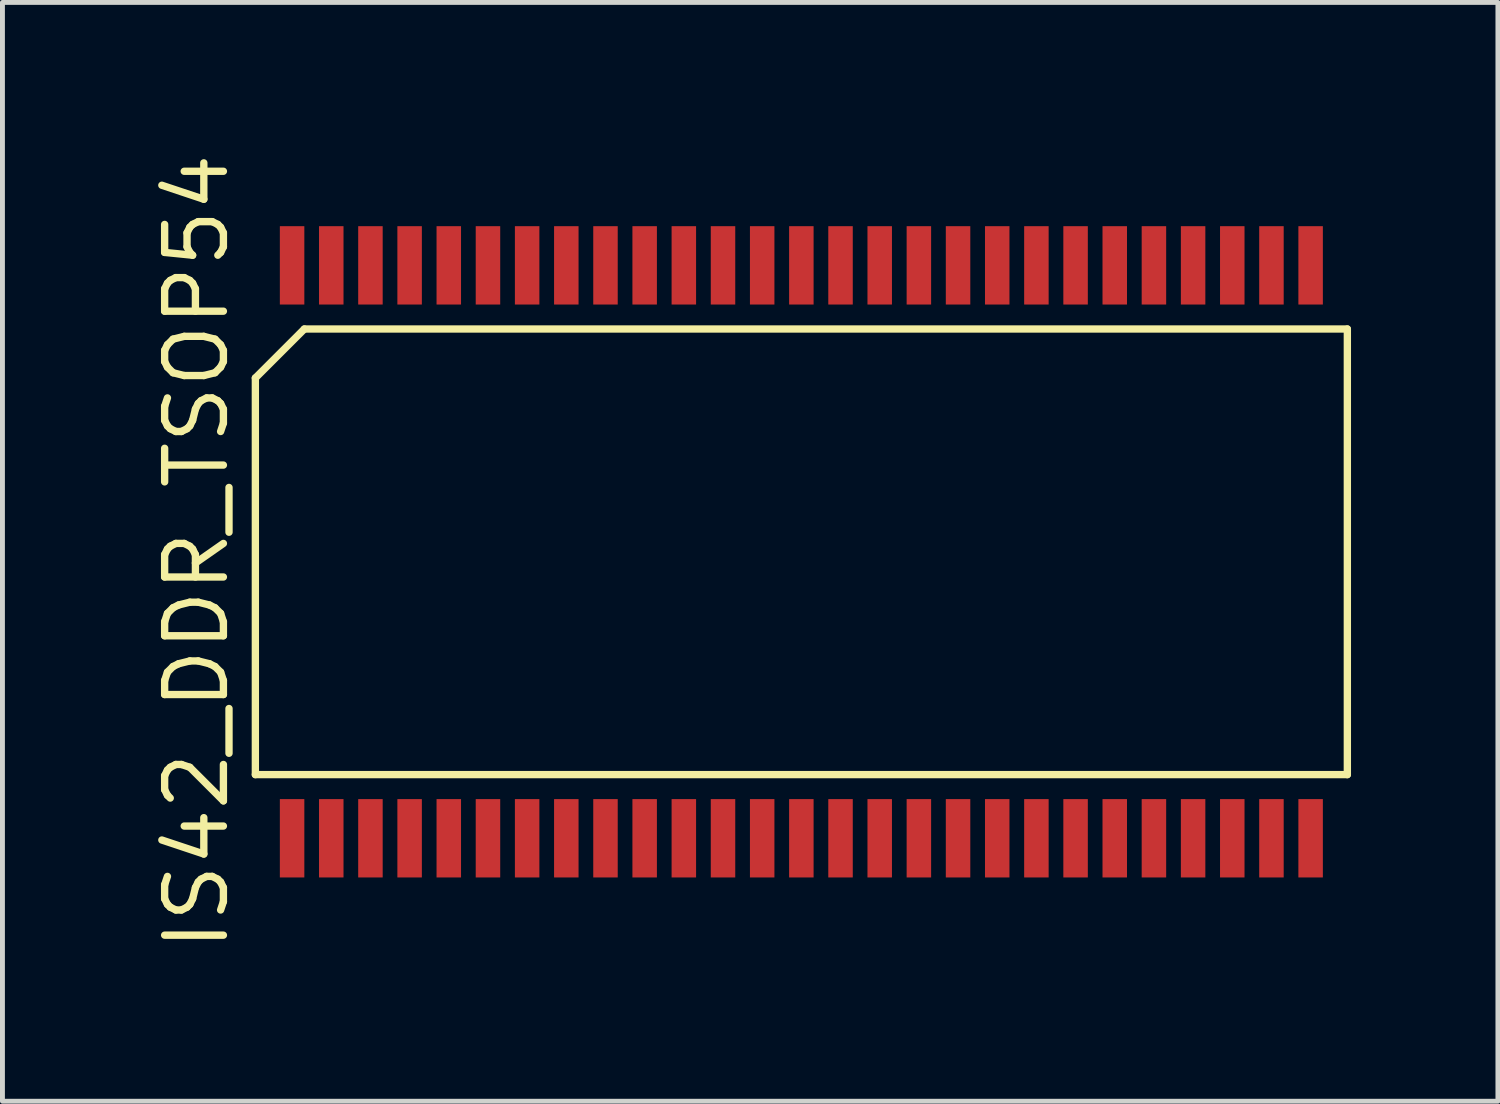
<source format=kicad_pcb>
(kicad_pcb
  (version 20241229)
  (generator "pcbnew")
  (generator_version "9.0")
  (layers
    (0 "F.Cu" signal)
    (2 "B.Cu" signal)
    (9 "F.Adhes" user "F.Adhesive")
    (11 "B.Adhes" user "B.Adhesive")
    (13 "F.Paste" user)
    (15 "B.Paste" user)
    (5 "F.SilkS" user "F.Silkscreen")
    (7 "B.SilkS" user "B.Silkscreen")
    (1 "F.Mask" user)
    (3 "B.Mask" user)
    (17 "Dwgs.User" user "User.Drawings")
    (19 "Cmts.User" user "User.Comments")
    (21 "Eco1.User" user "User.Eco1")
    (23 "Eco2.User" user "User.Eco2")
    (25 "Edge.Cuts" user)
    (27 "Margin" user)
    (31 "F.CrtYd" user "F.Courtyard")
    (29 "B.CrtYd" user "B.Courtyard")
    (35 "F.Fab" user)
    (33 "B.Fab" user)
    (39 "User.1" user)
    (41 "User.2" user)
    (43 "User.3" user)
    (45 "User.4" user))
  (footprint "IS42_DDR_TSOP54"
    (layer "F.Cu")
    (at 13.315 8.219)
    (property "Reference" "IS42_DDR_TSOP54" (at -12.35 0 90) (layer "F.SilkS") (effects (font (size 1.2 1.2) (thickness 0.15))))
    (attr through_hole)
    (fp_line (start -11.15 -3.55) (end -11.15 4.55) (stroke (width 0.15) (type solid)) (layer "F.SilkS"))
    (fp_line (start -11.15 4.55) (end 11.15 4.55) (stroke (width 0.15) (type solid)) (layer "F.SilkS"))
    (fp_line (start -10.15 -4.55) (end -11.15 -3.55) (stroke (width 0.15) (type solid)) (layer "F.SilkS"))
    (fp_line (start 11.15 -4.55) (end -10.15 -4.55) (stroke (width 0.15) (type solid)) (layer "F.SilkS"))
    (fp_line (start 11.15 4.55) (end 11.15 -4.55) (stroke (width 0.15) (type solid)) (layer "F.SilkS"))
    (pad "1" smd rect (at -10.4 5.85) (size 0.5 1.6) (layers "F.Cu" "F.Mask" "F.Paste"))
    (pad "2" smd rect (at -9.6 5.85) (size 0.5 1.6) (layers "F.Cu" "F.Mask" "F.Paste"))
    (pad "3" smd rect (at -8.8 5.85) (size 0.5 1.6) (layers "F.Cu" "F.Mask" "F.Paste"))
    (pad "4" smd rect (at -8 5.85) (size 0.5 1.6) (layers "F.Cu" "F.Mask" "F.Paste"))
    (pad "5" smd rect (at -7.2 5.85) (size 0.5 1.6) (layers "F.Cu" "F.Mask" "F.Paste"))
    (pad "6" smd rect (at -6.4 5.85) (size 0.5 1.6) (layers "F.Cu" "F.Mask" "F.Paste"))
    (pad "7" smd rect (at -5.6 5.85) (size 0.5 1.6) (layers "F.Cu" "F.Mask" "F.Paste"))
    (pad "8" smd rect (at -4.8 5.85) (size 0.5 1.6) (layers "F.Cu" "F.Mask" "F.Paste"))
    (pad "9" smd rect (at -4 5.85) (size 0.5 1.6) (layers "F.Cu" "F.Mask" "F.Paste"))
    (pad "10" smd rect (at -3.2 5.85) (size 0.5 1.6) (layers "F.Cu" "F.Mask" "F.Paste"))
    (pad "11" smd rect (at -2.4 5.85) (size 0.5 1.6) (layers "F.Cu" "F.Mask" "F.Paste"))
    (pad "12" smd rect (at -1.6 5.85) (size 0.5 1.6) (layers "F.Cu" "F.Mask" "F.Paste"))
    (pad "13" smd rect (at -0.8 5.85) (size 0.5 1.6) (layers "F.Cu" "F.Mask" "F.Paste"))
    (pad "14" smd rect (at 0 5.85) (size 0.5 1.6) (layers "F.Cu" "F.Mask" "F.Paste"))
    (pad "15" smd rect (at 0.8 5.85) (size 0.5 1.6) (layers "F.Cu" "F.Mask" "F.Paste"))
    (pad "16" smd rect (at 1.6 5.85) (size 0.5 1.6) (layers "F.Cu" "F.Mask" "F.Paste"))
    (pad "17" smd rect (at 2.4 5.85) (size 0.5 1.6) (layers "F.Cu" "F.Mask" "F.Paste"))
    (pad "18" smd rect (at 3.2 5.85) (size 0.5 1.6) (layers "F.Cu" "F.Mask" "F.Paste"))
    (pad "19" smd rect (at 4 5.85) (size 0.5 1.6) (layers "F.Cu" "F.Mask" "F.Paste"))
    (pad "20" smd rect (at 4.8 5.85) (size 0.5 1.6) (layers "F.Cu" "F.Mask" "F.Paste"))
    (pad "21" smd rect (at 5.6 5.85) (size 0.5 1.6) (layers "F.Cu" "F.Mask" "F.Paste"))
    (pad "22" smd rect (at 6.4 5.85) (size 0.5 1.6) (layers "F.Cu" "F.Mask" "F.Paste"))
    (pad "23" smd rect (at 7.2 5.85) (size 0.5 1.6) (layers "F.Cu" "F.Mask" "F.Paste"))
    (pad "24" smd rect (at 8 5.85) (size 0.5 1.6) (layers "F.Cu" "F.Mask" "F.Paste"))
    (pad "25" smd rect (at 8.8 5.85) (size 0.5 1.6) (layers "F.Cu" "F.Mask" "F.Paste"))
    (pad "26" smd rect (at 9.6 5.85) (size 0.5 1.6) (layers "F.Cu" "F.Mask" "F.Paste"))
    (pad "27" smd rect (at 10.4 5.85) (size 0.5 1.6) (layers "F.Cu" "F.Mask" "F.Paste"))
    (pad "28" smd rect (at 10.4 -5.85) (size 0.5 1.6) (layers "F.Cu" "F.Mask" "F.Paste"))
    (pad "29" smd rect (at 9.6 -5.85) (size 0.5 1.6) (layers "F.Cu" "F.Mask" "F.Paste"))
    (pad "30" smd rect (at 8.8 -5.85) (size 0.5 1.6) (layers "F.Cu" "F.Mask" "F.Paste"))
    (pad "31" smd rect (at 8 -5.85) (size 0.5 1.6) (layers "F.Cu" "F.Mask" "F.Paste"))
    (pad "32" smd rect (at 7.2 -5.85) (size 0.5 1.6) (layers "F.Cu" "F.Mask" "F.Paste"))
    (pad "33" smd rect (at 6.4 -5.85) (size 0.5 1.6) (layers "F.Cu" "F.Mask" "F.Paste"))
    (pad "34" smd rect (at 5.6 -5.85) (size 0.5 1.6) (layers "F.Cu" "F.Mask" "F.Paste"))
    (pad "35" smd rect (at 4.8 -5.85) (size 0.5 1.6) (layers "F.Cu" "F.Mask" "F.Paste"))
    (pad "36" smd rect (at 4 -5.85) (size 0.5 1.6) (layers "F.Cu" "F.Mask" "F.Paste"))
    (pad "37" smd rect (at 3.2 -5.85) (size 0.5 1.6) (layers "F.Cu" "F.Mask" "F.Paste"))
    (pad "38" smd rect (at 2.4 -5.85) (size 0.5 1.6) (layers "F.Cu" "F.Mask" "F.Paste"))
    (pad "39" smd rect (at 1.6 -5.85) (size 0.5 1.6) (layers "F.Cu" "F.Mask" "F.Paste"))
    (pad "40" smd rect (at 0.8 -5.85) (size 0.5 1.6) (layers "F.Cu" "F.Mask" "F.Paste"))
    (pad "41" smd rect (at 0 -5.85) (size 0.5 1.6) (layers "F.Cu" "F.Mask" "F.Paste"))
    (pad "42" smd rect (at -0.8 -5.85) (size 0.5 1.6) (layers "F.Cu" "F.Mask" "F.Paste"))
    (pad "43" smd rect (at -1.6 -5.85) (size 0.5 1.6) (layers "F.Cu" "F.Mask" "F.Paste"))
    (pad "44" smd rect (at -2.4 -5.85) (size 0.5 1.6) (layers "F.Cu" "F.Mask" "F.Paste"))
    (pad "45" smd rect (at -3.2 -5.85) (size 0.5 1.6) (layers "F.Cu" "F.Mask" "F.Paste"))
    (pad "46" smd rect (at -4 -5.85) (size 0.5 1.6) (layers "F.Cu" "F.Mask" "F.Paste"))
    (pad "47" smd rect (at -4.8 -5.85) (size 0.5 1.6) (layers "F.Cu" "F.Mask" "F.Paste"))
    (pad "48" smd rect (at -5.6 -5.85) (size 0.5 1.6) (layers "F.Cu" "F.Mask" "F.Paste"))
    (pad "49" smd rect (at -6.4 -5.85) (size 0.5 1.6) (layers "F.Cu" "F.Mask" "F.Paste"))
    (pad "50" smd rect (at -7.2 -5.85) (size 0.5 1.6) (layers "F.Cu" "F.Mask" "F.Paste"))
    (pad "51" smd rect (at -8 -5.85) (size 0.5 1.6) (layers "F.Cu" "F.Mask" "F.Paste"))
    (pad "52" smd rect (at -8.8 -5.85) (size 0.5 1.6) (layers "F.Cu" "F.Mask" "F.Paste"))
    (pad "53" smd rect (at -9.6 -5.85) (size 0.5 1.6) (layers "F.Cu" "F.Mask" "F.Paste"))
    (pad "54" smd rect (at -10.4 -5.85) (size 0.5 1.6) (layers "F.Cu" "F.Mask" "F.Paste")))
  (gr_rect
    (start -3 -3)
    (end 27.54 19.439)
    (stroke (width 0.1) (type default))
    (fill no)
    (layer "Edge.Cuts")))
</source>
